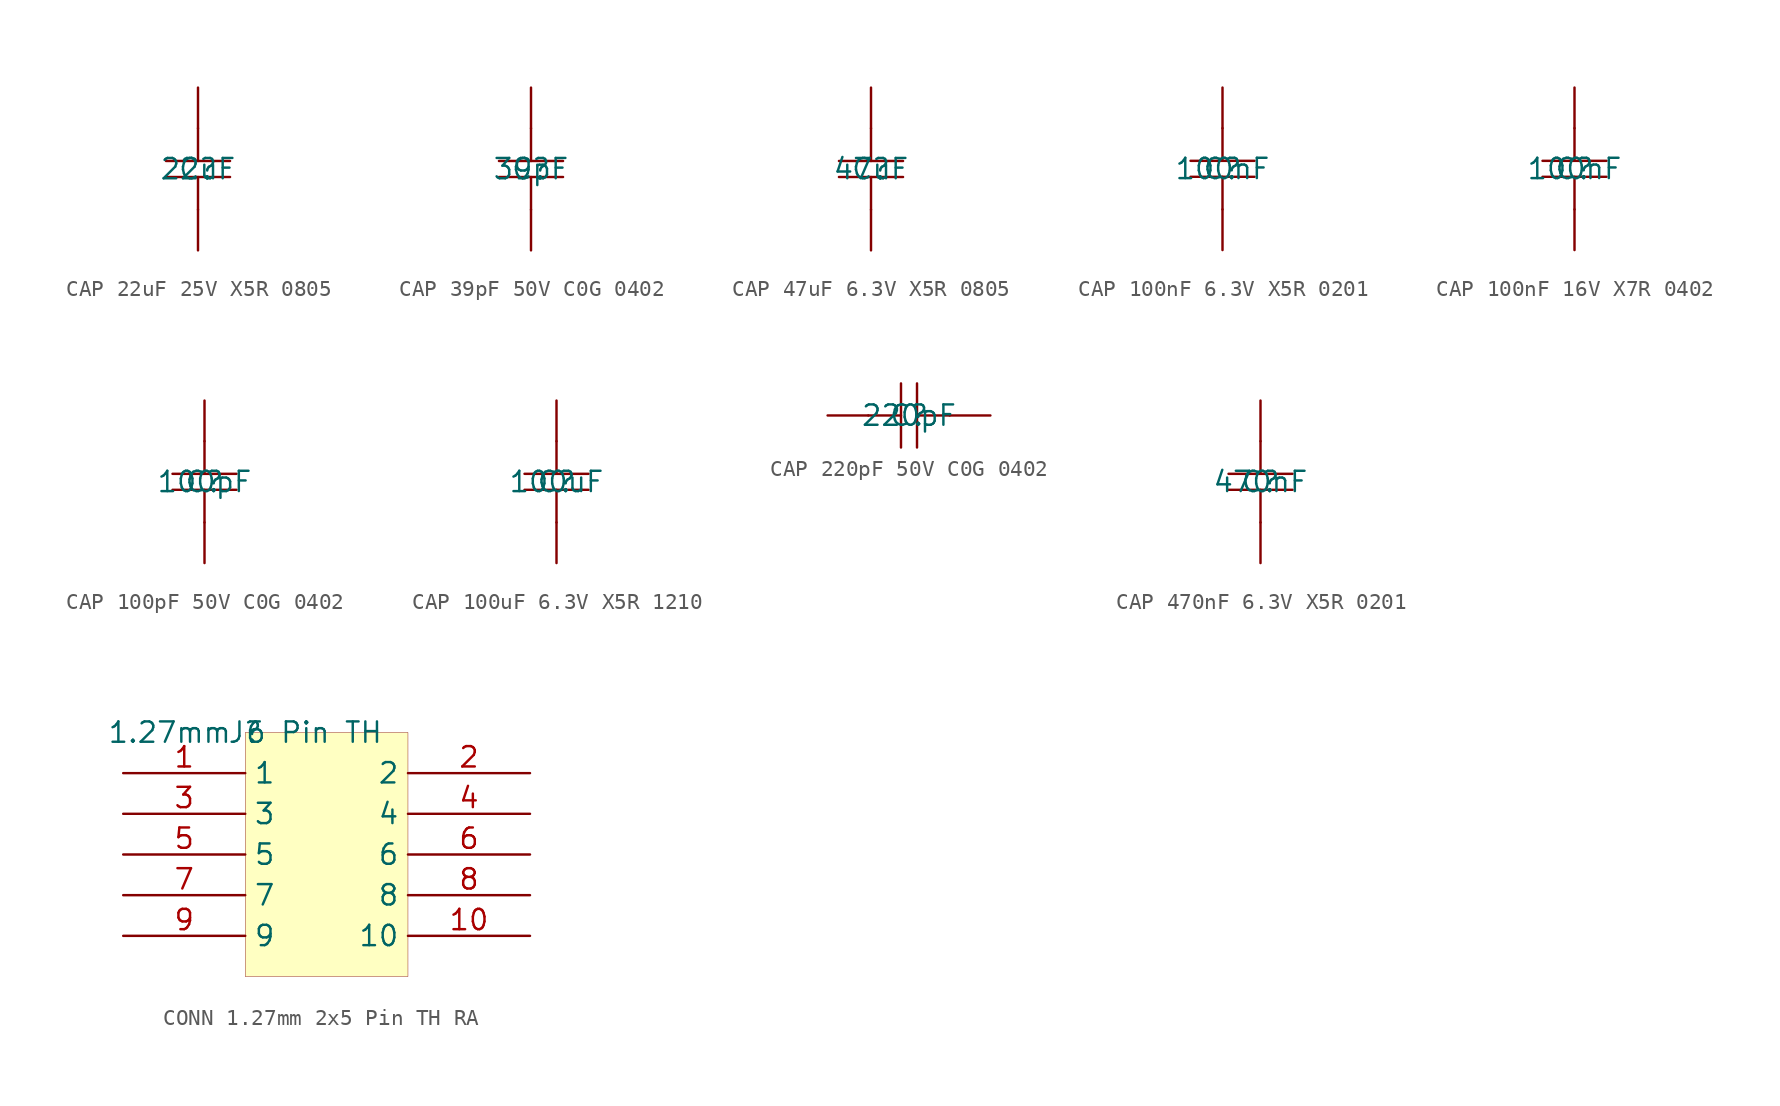
<source format=kicad_sym>
(kicad_symbol_lib
  (version 20241209)
  (generator "kicad_symbol_editor")
  (generator_version "8.99")
  (symbol "CAP 22uF 25V X5R 0805"
    (pin_numbers
      (hide yes))
    (pin_names
      (hide yes))
    (property "Reference" "C"
      (at 0 0 0)
      (effects (font (size 1.27 1.27))))
    (property "Value" "22uF"
      (at 0 0 0)
      (effects (font (size 1.27 1.27))))
    (symbol "CAP 22uF 25V X5R 0805_1_0"
      (polyline (pts (xy -2 0.5) (xy 2 0.5)) (stroke (width 0) (type solid)) (fill (type none)))
      (polyline (pts (xy -2 -0.5) (xy 2 -0.5)) (stroke (width 0) (type solid)) (fill (type none)))
      (polyline (pts (xy 0 2.54) (xy 0 0.5)) (stroke (width 0) (type solid)) (fill (type none)))
      (polyline (pts (xy 0 -2.54) (xy 0 -0.5)) (stroke (width 0) (type solid)) (fill (type none)))
      (pin passive line (at 0 5.08 270) (length 2.54) (name "2" (effects (font (size 1.27 1.27)))) (number "2" (effects (font (size 1.27 1.27)))))
      (pin passive line (at 0 -5.08 90) (length 2.54) (name "1" (effects (font (size 1.27 1.27)))) (number "1" (effects (font (size 1.27 1.27)))))))
  (symbol "CAP 39pF 50V C0G 0402"
    (pin_numbers
      (hide yes))
    (pin_names
      (hide yes))
    (property "Reference" "C"
      (at 0 0 0)
      (effects (font (size 1.27 1.27))))
    (property "Value" "39pF"
      (at 0 0 0)
      (effects (font (size 1.27 1.27))))
    (symbol "CAP 39pF 50V C0G 0402_1_0"
      (polyline (pts (xy -2 0.5) (xy 2 0.5)) (stroke (width 0) (type solid)) (fill (type none)))
      (polyline (pts (xy -2 -0.5) (xy 2 -0.5)) (stroke (width 0) (type solid)) (fill (type none)))
      (polyline (pts (xy 0 2.54) (xy 0 0.5)) (stroke (width 0) (type solid)) (fill (type none)))
      (polyline (pts (xy 0 -2.54) (xy 0 -0.5)) (stroke (width 0) (type solid)) (fill (type none)))
      (pin passive line (at 0 5.08 270) (length 2.54) (name "2" (effects (font (size 1.27 1.27)))) (number "2" (effects (font (size 1.27 1.27)))))
      (pin passive line (at 0 -5.08 90) (length 2.54) (name "1" (effects (font (size 1.27 1.27)))) (number "1" (effects (font (size 1.27 1.27)))))))
  (symbol "CAP 47uF 6.3V X5R 0805"
    (pin_numbers
      (hide yes))
    (pin_names
      (hide yes))
    (property "Reference" "C"
      (at 0 0 0)
      (effects (font (size 1.27 1.27))))
    (property "Value" "47uF"
      (at 0 0 0)
      (effects (font (size 1.27 1.27))))
    (symbol "CAP 47uF 6.3V X5R 0805_1_0"
      (polyline (pts (xy -2 0.5) (xy 2 0.5)) (stroke (width 0) (type solid)) (fill (type none)))
      (polyline (pts (xy -2 -0.5) (xy 2 -0.5)) (stroke (width 0) (type solid)) (fill (type none)))
      (polyline (pts (xy 0 2.54) (xy 0 0.5)) (stroke (width 0) (type solid)) (fill (type none)))
      (polyline (pts (xy 0 -2.54) (xy 0 -0.5)) (stroke (width 0) (type solid)) (fill (type none)))
      (pin passive line (at 0 5.08 270) (length 2.54) (name "2" (effects (font (size 1.27 1.27)))) (number "2" (effects (font (size 1.27 1.27)))))
      (pin passive line (at 0 -5.08 90) (length 2.54) (name "1" (effects (font (size 1.27 1.27)))) (number "1" (effects (font (size 1.27 1.27)))))))
  (symbol "CAP 100nF 6.3V X5R 0201"
    (pin_numbers
      (hide yes))
    (pin_names
      (hide yes))
    (property "Reference" "C"
      (at 0 0 0)
      (effects (font (size 1.27 1.27))))
    (property "Value" "100nF"
      (at 0 0 0)
      (effects (font (size 1.27 1.27))))
    (symbol "CAP 100nF 6.3V X5R 0201_1_0"
      (polyline (pts (xy -2 0.5) (xy 2 0.5)) (stroke (width 0) (type solid)) (fill (type none)))
      (polyline (pts (xy -2 -0.5) (xy 2 -0.5)) (stroke (width 0) (type solid)) (fill (type none)))
      (polyline (pts (xy 0 2.54) (xy 0 0.5)) (stroke (width 0) (type solid)) (fill (type none)))
      (polyline (pts (xy 0 -2.54) (xy 0 -0.5)) (stroke (width 0) (type solid)) (fill (type none)))
      (pin passive line (at 0 5.08 270) (length 2.54) (name "2" (effects (font (size 1.27 1.27)))) (number "2" (effects (font (size 1.27 1.27)))))
      (pin passive line (at 0 -5.08 90) (length 2.54) (name "1" (effects (font (size 1.27 1.27)))) (number "1" (effects (font (size 1.27 1.27)))))))
  (symbol "CAP 100nF 16V X7R 0402"
    (pin_numbers
      (hide yes))
    (pin_names
      (hide yes))
    (property "Reference" "C"
      (at 0 0 0)
      (effects (font (size 1.27 1.27))))
    (property "Value" "100nF"
      (at 0 0 0)
      (effects (font (size 1.27 1.27))))
    (symbol "CAP 100nF 16V X7R 0402_1_0"
      (polyline (pts (xy -2 0.5) (xy 2 0.5)) (stroke (width 0) (type solid)) (fill (type none)))
      (polyline (pts (xy -2 -0.5) (xy 2 -0.5)) (stroke (width 0) (type solid)) (fill (type none)))
      (polyline (pts (xy 0 2.54) (xy 0 0.5)) (stroke (width 0) (type solid)) (fill (type none)))
      (polyline (pts (xy 0 -2.54) (xy 0 -0.5)) (stroke (width 0) (type solid)) (fill (type none)))
      (pin passive line (at 0 5.08 270) (length 2.54) (name "2" (effects (font (size 1.27 1.27)))) (number "2" (effects (font (size 1.27 1.27)))))
      (pin passive line (at 0 -5.08 90) (length 2.54) (name "1" (effects (font (size 1.27 1.27)))) (number "1" (effects (font (size 1.27 1.27)))))))
  (symbol "CAP 100pF 50V C0G 0402"
    (pin_numbers
      (hide yes))
    (pin_names
      (hide yes))
    (property "Reference" "C"
      (at 0 0 0)
      (effects (font (size 1.27 1.27))))
    (property "Value" "100pF"
      (at 0 0 0)
      (effects (font (size 1.27 1.27))))
    (symbol "CAP 100pF 50V C0G 0402_1_0"
      (polyline (pts (xy -2 0.5) (xy 2 0.5)) (stroke (width 0) (type solid)) (fill (type none)))
      (polyline (pts (xy -2 -0.5) (xy 2 -0.5)) (stroke (width 0) (type solid)) (fill (type none)))
      (polyline (pts (xy 0 2.54) (xy 0 0.5)) (stroke (width 0) (type solid)) (fill (type none)))
      (polyline (pts (xy 0 -2.54) (xy 0 -0.5)) (stroke (width 0) (type solid)) (fill (type none)))
      (pin passive line (at 0 5.08 270) (length 2.54) (name "2" (effects (font (size 1.27 1.27)))) (number "2" (effects (font (size 1.27 1.27)))))
      (pin passive line (at 0 -5.08 90) (length 2.54) (name "1" (effects (font (size 1.27 1.27)))) (number "1" (effects (font (size 1.27 1.27)))))))
  (symbol "CAP 100uF 6.3V X5R 1210"
    (pin_numbers
      (hide yes))
    (pin_names
      (hide yes))
    (property "Reference" "C"
      (at 0 0 0)
      (effects (font (size 1.27 1.27))))
    (property "Value" "100uF"
      (at 0 0 0)
      (effects (font (size 1.27 1.27))))
    (symbol "CAP 100uF 6.3V X5R 1210_1_0"
      (polyline (pts (xy -2 0.5) (xy 2 0.5)) (stroke (width 0) (type solid)) (fill (type none)))
      (polyline (pts (xy -2 -0.5) (xy 2 -0.5)) (stroke (width 0) (type solid)) (fill (type none)))
      (polyline (pts (xy 0 2.54) (xy 0 0.5)) (stroke (width 0) (type solid)) (fill (type none)))
      (polyline (pts (xy 0 -2.54) (xy 0 -0.5)) (stroke (width 0) (type solid)) (fill (type none)))
      (pin passive line (at 0 5.08 270) (length 2.54) (name "2" (effects (font (size 1.27 1.27)))) (number "2" (effects (font (size 1.27 1.27)))))
      (pin passive line (at 0 -5.08 90) (length 2.54) (name "1" (effects (font (size 1.27 1.27)))) (number "1" (effects (font (size 1.27 1.27)))))))
  (symbol "CAP 220pF 50V C0G 0402"
    (pin_numbers
      (hide yes))
    (pin_names
      (hide yes))
    (property "Reference" "C"
      (at 0 0 0)
      (effects (font (size 1.27 1.27))))
    (property "Value" "220pF"
      (at 0 0 0)
      (effects (font (size 1.27 1.27))))
    (symbol "CAP 220pF 50V C0G 0402_1_0"
      (polyline (pts (xy -2.54 0) (xy -0.5 0)) (stroke (width 0) (type solid)) (fill (type none)))
      (polyline (pts (xy -0.5 -2) (xy -0.5 2)) (stroke (width 0) (type solid)) (fill (type none)))
      (polyline (pts (xy 0.5 -2) (xy 0.5 2)) (stroke (width 0) (type solid)) (fill (type none)))
      (polyline (pts (xy 2.54 0) (xy 0.5 0)) (stroke (width 0) (type solid)) (fill (type none)))
      (pin passive line (at -5.08 0 0) (length 2.54) (name "2" (effects (font (size 1.27 1.27)))) (number "2" (effects (font (size 1.27 1.27)))))
      (pin passive line (at 5.08 0 180) (length 2.54) (name "1" (effects (font (size 1.27 1.27)))) (number "1" (effects (font (size 1.27 1.27)))))))
  (symbol "CAP 470nF 6.3V X5R 0201"
    (pin_numbers
      (hide yes))
    (pin_names
      (hide yes))
    (property "Reference" "C"
      (at 0 0 0)
      (effects (font (size 1.27 1.27))))
    (property "Value" "470nF"
      (at 0 0 0)
      (effects (font (size 1.27 1.27))))
    (symbol "CAP 470nF 6.3V X5R 0201_1_0"
      (polyline (pts (xy -2 0.5) (xy 2 0.5)) (stroke (width 0) (type solid)) (fill (type none)))
      (polyline (pts (xy -2 -0.5) (xy 2 -0.5)) (stroke (width 0) (type solid)) (fill (type none)))
      (polyline (pts (xy 0 2.54) (xy 0 0.5)) (stroke (width 0) (type solid)) (fill (type none)))
      (polyline (pts (xy 0 -2.54) (xy 0 -0.5)) (stroke (width 0) (type solid)) (fill (type none)))
      (pin passive line (at 0 5.08 270) (length 2.54) (name "2" (effects (font (size 1.27 1.27)))) (number "2" (effects (font (size 1.27 1.27)))))
      (pin passive line (at 0 -5.08 90) (length 2.54) (name "1" (effects (font (size 1.27 1.27)))) (number "1" (effects (font (size 1.27 1.27)))))))
  (symbol "CONN 1.27mm 2x5 Pin TH RA"
    (property "Reference" "J"
      (at 0 0 0)
      (effects (font (size 1.27 1.27))))
    (property "Value" "1.27mm 6 Pin TH"
      (at 0 0 0)
      (effects (font (size 1.27 1.27))))
    (symbol "CONN 1.27mm 2x5 Pin TH RA_1_0"
      (rectangle (start 10.16 0) (end 0 -15.24) (stroke (width 0.025) (type solid) (color 128 0 0 1)) (fill (type background)))
      (pin passive line (at -7.62 -2.54 0) (length 7.62) (name "1" (effects (font (size 1.27 1.27)))) (number "1" (effects (font (size 1.27 1.27)))))
      (pin passive line (at -7.62 -5.08 0) (length 7.62) (name "3" (effects (font (size 1.27 1.27)))) (number "3" (effects (font (size 1.27 1.27)))))
      (pin passive line (at -7.62 -7.62 0) (length 7.62) (name "5" (effects (font (size 1.27 1.27)))) (number "5" (effects (font (size 1.27 1.27)))))
      (pin passive line (at -7.62 -10.16 0) (length 7.62) (name "7" (effects (font (size 1.27 1.27)))) (number "7" (effects (font (size 1.27 1.27)))))
      (pin passive line (at -7.62 -12.7 0) (length 7.62) (name "9" (effects (font (size 1.27 1.27)))) (number "9" (effects (font (size 1.27 1.27)))))
      (pin passive line (at 17.78 -2.54 180) (length 7.62) (name "2" (effects (font (size 1.27 1.27)))) (number "2" (effects (font (size 1.27 1.27)))))
      (pin passive line (at 17.78 -5.08 180) (length 7.62) (name "4" (effects (font (size 1.27 1.27)))) (number "4" (effects (font (size 1.27 1.27)))))
      (pin passive line (at 17.78 -7.62 180) (length 7.62) (name "6" (effects (font (size 1.27 1.27)))) (number "6" (effects (font (size 1.27 1.27)))))
      (pin passive line (at 17.78 -10.16 180) (length 7.62) (name "8" (effects (font (size 1.27 1.27)))) (number "8" (effects (font (size 1.27 1.27)))))
      (pin passive line (at 17.78 -12.7 180) (length 7.62) (name "10" (effects (font (size 1.27 1.27)))) (number "10" (effects (font (size 1.27 1.27))))))))
</source>
